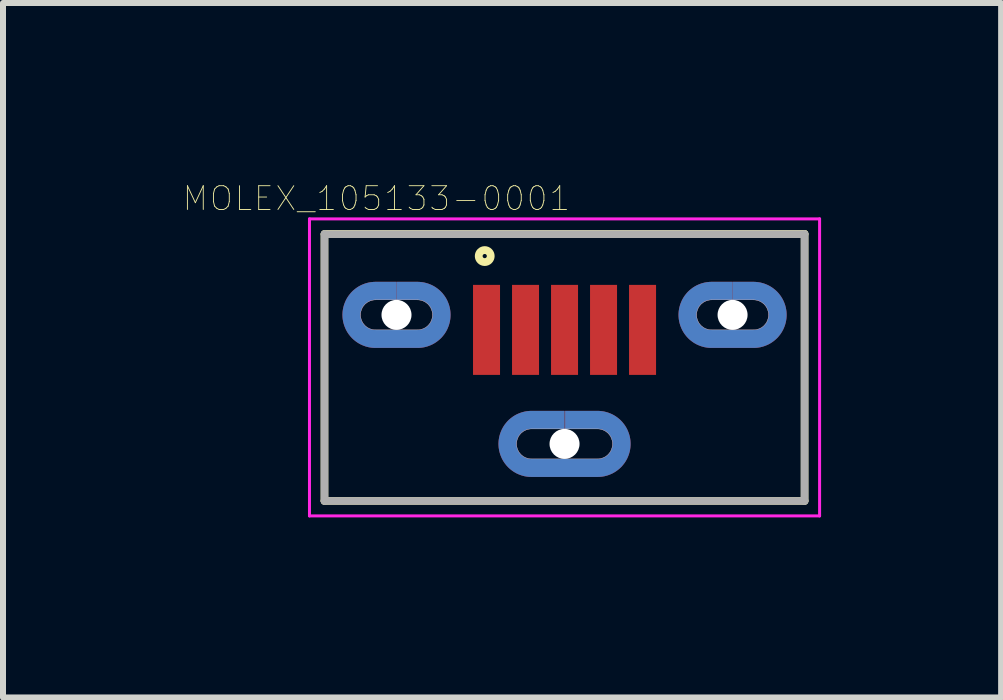
<source format=kicad_pcb>
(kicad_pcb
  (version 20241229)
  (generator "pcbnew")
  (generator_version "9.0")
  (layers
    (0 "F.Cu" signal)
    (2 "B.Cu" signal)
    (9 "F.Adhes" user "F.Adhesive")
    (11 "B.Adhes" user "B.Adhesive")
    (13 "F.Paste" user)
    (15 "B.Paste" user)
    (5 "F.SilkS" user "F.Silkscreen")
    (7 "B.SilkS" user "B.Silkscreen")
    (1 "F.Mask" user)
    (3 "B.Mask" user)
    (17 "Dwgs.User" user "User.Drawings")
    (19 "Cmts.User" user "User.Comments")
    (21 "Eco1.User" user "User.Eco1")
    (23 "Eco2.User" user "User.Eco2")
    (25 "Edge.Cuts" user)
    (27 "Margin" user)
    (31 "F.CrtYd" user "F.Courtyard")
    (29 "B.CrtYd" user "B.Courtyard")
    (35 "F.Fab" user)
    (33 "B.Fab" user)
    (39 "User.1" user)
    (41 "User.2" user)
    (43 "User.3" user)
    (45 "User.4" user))
  (footprint "MOLEX_105133-0001"
    (layer "F.Cu")
    (at 6.357 2.197)
    (property "Reference" "MOLEX_105133-0001" (at -3.135 -1.939 0) (layer "F.SilkS") (effects (font (size 0.396 0.396) (thickness 0.015))))
    (attr through_hole)
    (fp_poly (pts (xy -3.4 0) (xy -3.4 0.013) (xy -3.399 0.026) (xy -3.397 0.039) (xy -3.395 0.052) (xy -3.391 0.065) (xy -3.388 0.077) (xy -3.383 0.09) (xy -3.378 0.102) (xy -3.373 0.113) (xy -3.367 0.125) (xy -3.36 0.136) (xy -3.352 0.147) (xy -3.344 0.157) (xy -3.336 0.167) (xy -3.327 0.177) (xy -3.317 0.186) (xy -3.307 0.194) (xy -3.297 0.202) (xy -3.286 0.21) (xy -3.275 0.217) (xy -3.263 0.223) (xy -3.252 0.228) (xy -3.24 0.233) (xy -3.227 0.238) (xy -3.215 0.241) (xy -3.202 0.245) (xy -3.189 0.247) (xy -3.176 0.249) (xy -3.163 0.25) (xy -3.15 0.25) (xy -2.45 0.25) (xy -2.437 0.25) (xy -2.424 0.249) (xy -2.411 0.247) (xy -2.398 0.245) (xy -2.385 0.241) (xy -2.373 0.238) (xy -2.36 0.233) (xy -2.348 0.228) (xy -2.337 0.223) (xy -2.325 0.217) (xy -2.314 0.21) (xy -2.303 0.202) (xy -2.293 0.194) (xy -2.283 0.186) (xy -2.273 0.177) (xy -2.264 0.167) (xy -2.256 0.157) (xy -2.248 0.147) (xy -2.24 0.136) (xy -2.233 0.125) (xy -2.227 0.113) (xy -2.222 0.102) (xy -2.217 0.09) (xy -2.212 0.077) (xy -2.209 0.065) (xy -2.205 0.052) (xy -2.203 0.039) (xy -2.201 0.026) (xy -2.2 0.013) (xy -2.2 0) (xy -2.2 -0.013) (xy -2.201 -0.026) (xy -2.203 -0.039) (xy -2.205 -0.052) (xy -2.209 -0.065) (xy -2.212 -0.077) (xy -2.217 -0.09) (xy -2.222 -0.102) (xy -2.227 -0.113) (xy -2.233 -0.125) (xy -2.24 -0.136) (xy -2.248 -0.147) (xy -2.256 -0.157) (xy -2.264 -0.167) (xy -2.273 -0.177) (xy -2.283 -0.186) (xy -2.293 -0.194) (xy -2.303 -0.202) (xy -2.314 -0.21) (xy -2.325 -0.217) (xy -2.337 -0.223) (xy -2.348 -0.228) (xy -2.36 -0.233) (xy -2.373 -0.238) (xy -2.385 -0.241) (xy -2.398 -0.245) (xy -2.411 -0.247) (xy -2.424 -0.249) (xy -2.437 -0.25) (xy -2.45 -0.25) (xy -2.8 -0.25) (xy -2.8 -0.55) (xy -2.45 -0.55) (xy -2.421 -0.549) (xy -2.393 -0.547) (xy -2.364 -0.543) (xy -2.336 -0.538) (xy -2.308 -0.531) (xy -2.28 -0.523) (xy -2.253 -0.513) (xy -2.226 -0.502) (xy -2.2 -0.49) (xy -2.175 -0.476) (xy -2.15 -0.461) (xy -2.127 -0.445) (xy -2.104 -0.427) (xy -2.082 -0.409) (xy -2.061 -0.389) (xy -2.041 -0.368) (xy -2.023 -0.346) (xy -2.005 -0.323) (xy -1.989 -0.3) (xy -1.974 -0.275) (xy -1.96 -0.25) (xy -1.948 -0.224) (xy -1.937 -0.197) (xy -1.927 -0.17) (xy -1.919 -0.142) (xy -1.912 -0.114) (xy -1.907 -0.086) (xy -1.903 -0.057) (xy -1.901 -0.029) (xy -1.9 0) (xy -1.901 0.029) (xy -1.903 0.057) (xy -1.907 0.086) (xy -1.912 0.114) (xy -1.919 0.142) (xy -1.927 0.17) (xy -1.937 0.197) (xy -1.948 0.224) (xy -1.96 0.25) (xy -1.974 0.275) (xy -1.989 0.3) (xy -2.005 0.323) (xy -2.023 0.346) (xy -2.041 0.368) (xy -2.061 0.389) (xy -2.082 0.409) (xy -2.104 0.427) (xy -2.127 0.445) (xy -2.15 0.461) (xy -2.175 0.476) (xy -2.2 0.49) (xy -2.226 0.502) (xy -2.253 0.513) (xy -2.28 0.523) (xy -2.308 0.531) (xy -2.336 0.538) (xy -2.364 0.543) (xy -2.393 0.547) (xy -2.421 0.549) (xy -2.45 0.55) (xy -3.15 0.55) (xy -3.179 0.549) (xy -3.207 0.547) (xy -3.236 0.543) (xy -3.264 0.538) (xy -3.292 0.531) (xy -3.32 0.523) (xy -3.347 0.513) (xy -3.374 0.502) (xy -3.4 0.49) (xy -3.425 0.476) (xy -3.45 0.461) (xy -3.473 0.445) (xy -3.496 0.427) (xy -3.518 0.409) (xy -3.539 0.389) (xy -3.559 0.368) (xy -3.577 0.346) (xy -3.595 0.323) (xy -3.611 0.3) (xy -3.626 0.275) (xy -3.64 0.25) (xy -3.652 0.224) (xy -3.663 0.197) (xy -3.673 0.17) (xy -3.681 0.142) (xy -3.688 0.114) (xy -3.693 0.086) (xy -3.697 0.057) (xy -3.699 0.029) (xy -3.7 0) (xy -3.699 -0.029) (xy -3.697 -0.057) (xy -3.693 -0.086) (xy -3.688 -0.114) (xy -3.681 -0.142) (xy -3.673 -0.17) (xy -3.663 -0.197) (xy -3.652 -0.224) (xy -3.64 -0.25) (xy -3.626 -0.275) (xy -3.611 -0.3) (xy -3.595 -0.323) (xy -3.577 -0.346) (xy -3.559 -0.368) (xy -3.539 -0.389) (xy -3.518 -0.409) (xy -3.496 -0.427) (xy -3.473 -0.445) (xy -3.45 -0.461) (xy -3.425 -0.476) (xy -3.4 -0.49) (xy -3.374 -0.502) (xy -3.347 -0.513) (xy -3.32 -0.523) (xy -3.292 -0.531) (xy -3.264 -0.538) (xy -3.236 -0.543) (xy -3.207 -0.547) (xy -3.179 -0.549) (xy -3.15 -0.55) (xy -2.805 -0.55) (xy -2.805 -0.25) (xy -3.15 -0.25) (xy -3.163 -0.25) (xy -3.176 -0.249) (xy -3.189 -0.247) (xy -3.202 -0.245) (xy -3.215 -0.241) (xy -3.227 -0.238) (xy -3.24 -0.233) (xy -3.252 -0.228) (xy -3.263 -0.223) (xy -3.275 -0.217) (xy -3.286 -0.21) (xy -3.297 -0.202) (xy -3.307 -0.194) (xy -3.317 -0.186) (xy -3.327 -0.177) (xy -3.336 -0.167) (xy -3.344 -0.157) (xy -3.352 -0.147) (xy -3.36 -0.136) (xy -3.367 -0.125) (xy -3.373 -0.113) (xy -3.378 -0.102) (xy -3.383 -0.09) (xy -3.388 -0.077) (xy -3.391 -0.065) (xy -3.395 -0.052) (xy -3.397 -0.039) (xy -3.399 -0.026) (xy -3.4 -0.013) (xy -3.4 0)) (stroke (width 0.001) (type solid)) (fill yes) (layer "F.Cu"))
    (fp_poly (pts (xy 0 1.9) (xy 0 1.6) (xy -0.55 1.6) (xy -0.579 1.601) (xy -0.607 1.603) (xy -0.636 1.607) (xy -0.664 1.612) (xy -0.692 1.619) (xy -0.72 1.627) (xy -0.747 1.637) (xy -0.774 1.648) (xy -0.8 1.66) (xy -0.825 1.674) (xy -0.85 1.689) (xy -0.873 1.705) (xy -0.896 1.723) (xy -0.918 1.741) (xy -0.939 1.761) (xy -0.959 1.782) (xy -0.977 1.804) (xy -0.995 1.827) (xy -1.011 1.85) (xy -1.026 1.875) (xy -1.04 1.9) (xy -1.052 1.926) (xy -1.063 1.953) (xy -1.073 1.98) (xy -1.081 2.008) (xy -1.088 2.036) (xy -1.093 2.064) (xy -1.097 2.093) (xy -1.099 2.121) (xy -1.1 2.15) (xy -1.099 2.179) (xy -1.097 2.207) (xy -1.093 2.236) (xy -1.088 2.264) (xy -1.081 2.292) (xy -1.073 2.32) (xy -1.063 2.347) (xy -1.052 2.374) (xy -1.04 2.4) (xy -1.026 2.425) (xy -1.011 2.45) (xy -0.995 2.473) (xy -0.977 2.496) (xy -0.959 2.518) (xy -0.939 2.539) (xy -0.918 2.559) (xy -0.896 2.577) (xy -0.873 2.595) (xy -0.85 2.611) (xy -0.825 2.626) (xy -0.8 2.64) (xy -0.774 2.652) (xy -0.747 2.663) (xy -0.72 2.673) (xy -0.692 2.681) (xy -0.664 2.688) (xy -0.636 2.693) (xy -0.607 2.697) (xy -0.579 2.699) (xy -0.55 2.7) (xy 0.55 2.7) (xy 0.579 2.699) (xy 0.607 2.697) (xy 0.636 2.693) (xy 0.664 2.688) (xy 0.692 2.681) (xy 0.72 2.673) (xy 0.747 2.663) (xy 0.774 2.652) (xy 0.8 2.64) (xy 0.825 2.626) (xy 0.85 2.611) (xy 0.873 2.595) (xy 0.896 2.577) (xy 0.918 2.559) (xy 0.939 2.539) (xy 0.959 2.518) (xy 0.977 2.496) (xy 0.995 2.473) (xy 1.011 2.45) (xy 1.026 2.425) (xy 1.04 2.4) (xy 1.052 2.374) (xy 1.063 2.347) (xy 1.073 2.32) (xy 1.081 2.292) (xy 1.088 2.264) (xy 1.093 2.236) (xy 1.097 2.207) (xy 1.099 2.179) (xy 1.1 2.15) (xy 1.099 2.121) (xy 1.097 2.093) (xy 1.093 2.064) (xy 1.088 2.036) (xy 1.081 2.008) (xy 1.073 1.98) (xy 1.063 1.953) (xy 1.052 1.926) (xy 1.04 1.9) (xy 1.026 1.875) (xy 1.011 1.85) (xy 0.995 1.827) (xy 0.977 1.804) (xy 0.959 1.782) (xy 0.939 1.761) (xy 0.918 1.741) (xy 0.896 1.723) (xy 0.873 1.705) (xy 0.85 1.689) (xy 0.825 1.674) (xy 0.8 1.66) (xy 0.774 1.648) (xy 0.747 1.637) (xy 0.72 1.627) (xy 0.692 1.619) (xy 0.664 1.612) (xy 0.636 1.607) (xy 0.607 1.603) (xy 0.579 1.601) (xy 0.55 1.6) (xy 0.01 1.6) (xy 0.01 1.9) (xy 0.55 1.9) (xy 0.563 1.9) (xy 0.576 1.901) (xy 0.589 1.903) (xy 0.602 1.905) (xy 0.615 1.909) (xy 0.627 1.912) (xy 0.64 1.917) (xy 0.652 1.922) (xy 0.663 1.927) (xy 0.675 1.933) (xy 0.686 1.94) (xy 0.697 1.948) (xy 0.707 1.956) (xy 0.717 1.964) (xy 0.727 1.973) (xy 0.736 1.983) (xy 0.744 1.993) (xy 0.752 2.003) (xy 0.76 2.014) (xy 0.767 2.025) (xy 0.773 2.037) (xy 0.778 2.048) (xy 0.783 2.06) (xy 0.788 2.073) (xy 0.791 2.085) (xy 0.795 2.098) (xy 0.797 2.111) (xy 0.799 2.124) (xy 0.8 2.137) (xy 0.8 2.15) (xy 0.8 2.163) (xy 0.799 2.176) (xy 0.797 2.189) (xy 0.795 2.202) (xy 0.791 2.215) (xy 0.788 2.227) (xy 0.783 2.24) (xy 0.778 2.252) (xy 0.773 2.263) (xy 0.767 2.275) (xy 0.76 2.286) (xy 0.752 2.297) (xy 0.744 2.307) (xy 0.736 2.317) (xy 0.727 2.327) (xy 0.717 2.336) (xy 0.707 2.344) (xy 0.697 2.352) (xy 0.686 2.36) (xy 0.675 2.367) (xy 0.663 2.373) (xy 0.652 2.378) (xy 0.64 2.383) (xy 0.627 2.388) (xy 0.615 2.391) (xy 0.602 2.395) (xy 0.589 2.397) (xy 0.576 2.399) (xy 0.563 2.4) (xy 0.55 2.4) (xy -0.55 2.4) (xy -0.563 2.4) (xy -0.576 2.399) (xy -0.589 2.397) (xy -0.602 2.395) (xy -0.615 2.391) (xy -0.627 2.388) (xy -0.64 2.383) (xy -0.652 2.378) (xy -0.663 2.373) (xy -0.675 2.367) (xy -0.686 2.36) (xy -0.697 2.352) (xy -0.707 2.344) (xy -0.717 2.336) (xy -0.727 2.327) (xy -0.736 2.317) (xy -0.744 2.307) (xy -0.752 2.297) (xy -0.76 2.286) (xy -0.767 2.275) (xy -0.773 2.263) (xy -0.778 2.252) (xy -0.783 2.24) (xy -0.788 2.227) (xy -0.791 2.215) (xy -0.795 2.202) (xy -0.797 2.189) (xy -0.799 2.176) (xy -0.8 2.163) (xy -0.8 2.15) (xy -0.8 2.137) (xy -0.799 2.124) (xy -0.797 2.111) (xy -0.795 2.098) (xy -0.791 2.085) (xy -0.788 2.073) (xy -0.783 2.06) (xy -0.778 2.048) (xy -0.773 2.037) (xy -0.767 2.025) (xy -0.76 2.014) (xy -0.752 2.003) (xy -0.744 1.993) (xy -0.736 1.983) (xy -0.727 1.973) (xy -0.717 1.964) (xy -0.707 1.956) (xy -0.697 1.948) (xy -0.686 1.94) (xy -0.675 1.933) (xy -0.663 1.927) (xy -0.652 1.922) (xy -0.64 1.917) (xy -0.627 1.912) (xy -0.615 1.909) (xy -0.602 1.905) (xy -0.589 1.903) (xy -0.576 1.901) (xy -0.563 1.9) (xy -0.55 1.9) (xy 0 1.9)) (stroke (width 0.001) (type solid)) (fill yes) (layer "F.Cu"))
    (fp_poly (pts (xy 2.2 0) (xy 2.2 0.013) (xy 2.201 0.026) (xy 2.203 0.039) (xy 2.205 0.052) (xy 2.209 0.065) (xy 2.212 0.077) (xy 2.217 0.09) (xy 2.222 0.102) (xy 2.227 0.113) (xy 2.233 0.125) (xy 2.24 0.136) (xy 2.248 0.147) (xy 2.256 0.157) (xy 2.264 0.167) (xy 2.273 0.177) (xy 2.283 0.186) (xy 2.293 0.194) (xy 2.303 0.202) (xy 2.314 0.21) (xy 2.325 0.217) (xy 2.337 0.223) (xy 2.348 0.228) (xy 2.36 0.233) (xy 2.373 0.238) (xy 2.385 0.241) (xy 2.398 0.245) (xy 2.411 0.247) (xy 2.424 0.249) (xy 2.437 0.25) (xy 2.45 0.25) (xy 3.15 0.25) (xy 3.163 0.25) (xy 3.176 0.249) (xy 3.189 0.247) (xy 3.202 0.245) (xy 3.215 0.241) (xy 3.227 0.238) (xy 3.24 0.233) (xy 3.252 0.228) (xy 3.263 0.223) (xy 3.275 0.217) (xy 3.286 0.21) (xy 3.297 0.202) (xy 3.307 0.194) (xy 3.317 0.186) (xy 3.327 0.177) (xy 3.336 0.167) (xy 3.344 0.157) (xy 3.352 0.147) (xy 3.36 0.136) (xy 3.367 0.125) (xy 3.373 0.113) (xy 3.378 0.102) (xy 3.383 0.09) (xy 3.388 0.077) (xy 3.391 0.065) (xy 3.395 0.052) (xy 3.397 0.039) (xy 3.399 0.026) (xy 3.4 0.013) (xy 3.4 0) (xy 3.4 -0.013) (xy 3.399 -0.026) (xy 3.397 -0.039) (xy 3.395 -0.052) (xy 3.391 -0.065) (xy 3.388 -0.077) (xy 3.383 -0.09) (xy 3.378 -0.102) (xy 3.373 -0.113) (xy 3.367 -0.125) (xy 3.36 -0.136) (xy 3.352 -0.147) (xy 3.344 -0.157) (xy 3.336 -0.167) (xy 3.327 -0.177) (xy 3.317 -0.186) (xy 3.307 -0.194) (xy 3.297 -0.202) (xy 3.286 -0.21) (xy 3.275 -0.217) (xy 3.263 -0.223) (xy 3.252 -0.228) (xy 3.24 -0.233) (xy 3.227 -0.238) (xy 3.215 -0.241) (xy 3.202 -0.245) (xy 3.189 -0.247) (xy 3.176 -0.249) (xy 3.163 -0.25) (xy 3.15 -0.25) (xy 2.805 -0.25) (xy 2.805 -0.55) (xy 3.15 -0.55) (xy 3.179 -0.549) (xy 3.207 -0.547) (xy 3.236 -0.543) (xy 3.264 -0.538) (xy 3.292 -0.531) (xy 3.32 -0.523) (xy 3.347 -0.513) (xy 3.374 -0.502) (xy 3.4 -0.49) (xy 3.425 -0.476) (xy 3.45 -0.461) (xy 3.473 -0.445) (xy 3.496 -0.427) (xy 3.518 -0.409) (xy 3.539 -0.389) (xy 3.559 -0.368) (xy 3.577 -0.346) (xy 3.595 -0.323) (xy 3.611 -0.3) (xy 3.626 -0.275) (xy 3.64 -0.25) (xy 3.652 -0.224) (xy 3.663 -0.197) (xy 3.673 -0.17) (xy 3.681 -0.142) (xy 3.688 -0.114) (xy 3.693 -0.086) (xy 3.697 -0.057) (xy 3.699 -0.029) (xy 3.7 0) (xy 3.699 0.029) (xy 3.697 0.057) (xy 3.693 0.086) (xy 3.688 0.114) (xy 3.681 0.142) (xy 3.673 0.17) (xy 3.663 0.197) (xy 3.652 0.224) (xy 3.64 0.25) (xy 3.626 0.275) (xy 3.611 0.3) (xy 3.595 0.323) (xy 3.577 0.346) (xy 3.559 0.368) (xy 3.539 0.389) (xy 3.518 0.409) (xy 3.496 0.427) (xy 3.473 0.445) (xy 3.45 0.461) (xy 3.425 0.476) (xy 3.4 0.49) (xy 3.374 0.502) (xy 3.347 0.513) (xy 3.32 0.523) (xy 3.292 0.531) (xy 3.264 0.538) (xy 3.236 0.543) (xy 3.207 0.547) (xy 3.179 0.549) (xy 3.15 0.55) (xy 2.45 0.55) (xy 2.421 0.549) (xy 2.393 0.547) (xy 2.364 0.543) (xy 2.336 0.538) (xy 2.308 0.531) (xy 2.28 0.523) (xy 2.253 0.513) (xy 2.226 0.502) (xy 2.2 0.49) (xy 2.175 0.476) (xy 2.15 0.461) (xy 2.127 0.445) (xy 2.104 0.427) (xy 2.082 0.409) (xy 2.061 0.389) (xy 2.041 0.368) (xy 2.023 0.346) (xy 2.005 0.323) (xy 1.989 0.3) (xy 1.974 0.275) (xy 1.96 0.25) (xy 1.948 0.224) (xy 1.937 0.197) (xy 1.927 0.17) (xy 1.919 0.142) (xy 1.912 0.114) (xy 1.907 0.086) (xy 1.903 0.057) (xy 1.901 0.029) (xy 1.9 0) (xy 1.901 -0.029) (xy 1.903 -0.057) (xy 1.907 -0.086) (xy 1.912 -0.114) (xy 1.919 -0.142) (xy 1.927 -0.17) (xy 1.937 -0.197) (xy 1.948 -0.224) (xy 1.96 -0.25) (xy 1.974 -0.275) (xy 1.989 -0.3) (xy 2.005 -0.323) (xy 2.023 -0.346) (xy 2.041 -0.368) (xy 2.061 -0.389) (xy 2.082 -0.409) (xy 2.104 -0.427) (xy 2.127 -0.445) (xy 2.15 -0.461) (xy 2.175 -0.476) (xy 2.2 -0.49) (xy 2.226 -0.502) (xy 2.253 -0.513) (xy 2.28 -0.523) (xy 2.308 -0.531) (xy 2.336 -0.538) (xy 2.364 -0.543) (xy 2.393 -0.547) (xy 2.421 -0.549) (xy 2.45 -0.55) (xy 2.8 -0.55) (xy 2.8 -0.25) (xy 2.45 -0.25) (xy 2.437 -0.25) (xy 2.424 -0.249) (xy 2.411 -0.247) (xy 2.398 -0.245) (xy 2.385 -0.241) (xy 2.373 -0.238) (xy 2.36 -0.233) (xy 2.348 -0.228) (xy 2.337 -0.223) (xy 2.325 -0.217) (xy 2.314 -0.21) (xy 2.303 -0.202) (xy 2.293 -0.194) (xy 2.283 -0.186) (xy 2.273 -0.177) (xy 2.264 -0.167) (xy 2.256 -0.157) (xy 2.248 -0.147) (xy 2.24 -0.136) (xy 2.233 -0.125) (xy 2.227 -0.113) (xy 2.222 -0.102) (xy 2.217 -0.09) (xy 2.212 -0.077) (xy 2.209 -0.065) (xy 2.205 -0.052) (xy 2.203 -0.039) (xy 2.201 -0.026) (xy 2.2 -0.013) (xy 2.2 0)) (stroke (width 0.001) (type solid)) (fill yes) (layer "F.Cu"))
    (fp_poly (pts (xy -3.945 -0.75) (xy -1.675 -0.75) (xy -1.675 0.754) (xy -3.945 0.754)) (stroke (width 0.01) (type solid)) (fill yes) (layer "F.Mask"))
    (fp_poly (pts (xy -1.256 1.4) (xy 1.25 1.4) (xy 1.25 2.914) (xy -1.256 2.914)) (stroke (width 0.01) (type solid)) (fill yes) (layer "F.Mask"))
    (fp_poly (pts (xy 1.684 -0.75) (xy 3.925 -0.75) (xy 3.925 0.754) (xy 1.684 0.754)) (stroke (width 0.01) (type solid)) (fill yes) (layer "F.Mask"))
    (fp_poly (pts (xy -3.4 0) (xy -3.4 0.013) (xy -3.399 0.026) (xy -3.397 0.039) (xy -3.395 0.052) (xy -3.391 0.065) (xy -3.388 0.077) (xy -3.383 0.09) (xy -3.378 0.102) (xy -3.373 0.113) (xy -3.367 0.125) (xy -3.36 0.136) (xy -3.352 0.147) (xy -3.344 0.157) (xy -3.336 0.167) (xy -3.327 0.177) (xy -3.317 0.186) (xy -3.307 0.194) (xy -3.297 0.202) (xy -3.286 0.21) (xy -3.275 0.217) (xy -3.263 0.223) (xy -3.252 0.228) (xy -3.24 0.233) (xy -3.227 0.238) (xy -3.215 0.241) (xy -3.202 0.245) (xy -3.189 0.247) (xy -3.176 0.249) (xy -3.163 0.25) (xy -3.15 0.25) (xy -2.45 0.25) (xy -2.437 0.25) (xy -2.424 0.249) (xy -2.411 0.247) (xy -2.398 0.245) (xy -2.385 0.241) (xy -2.373 0.238) (xy -2.36 0.233) (xy -2.348 0.228) (xy -2.337 0.223) (xy -2.325 0.217) (xy -2.314 0.21) (xy -2.303 0.202) (xy -2.293 0.194) (xy -2.283 0.186) (xy -2.273 0.177) (xy -2.264 0.167) (xy -2.256 0.157) (xy -2.248 0.147) (xy -2.24 0.136) (xy -2.233 0.125) (xy -2.227 0.113) (xy -2.222 0.102) (xy -2.217 0.09) (xy -2.212 0.077) (xy -2.209 0.065) (xy -2.205 0.052) (xy -2.203 0.039) (xy -2.201 0.026) (xy -2.2 0.013) (xy -2.2 0) (xy -2.2 -0.013) (xy -2.201 -0.026) (xy -2.203 -0.039) (xy -2.205 -0.052) (xy -2.209 -0.065) (xy -2.212 -0.077) (xy -2.217 -0.09) (xy -2.222 -0.102) (xy -2.227 -0.113) (xy -2.233 -0.125) (xy -2.24 -0.136) (xy -2.248 -0.147) (xy -2.256 -0.157) (xy -2.264 -0.167) (xy -2.273 -0.177) (xy -2.283 -0.186) (xy -2.293 -0.194) (xy -2.303 -0.202) (xy -2.314 -0.21) (xy -2.325 -0.217) (xy -2.337 -0.223) (xy -2.348 -0.228) (xy -2.36 -0.233) (xy -2.373 -0.238) (xy -2.385 -0.241) (xy -2.398 -0.245) (xy -2.411 -0.247) (xy -2.424 -0.249) (xy -2.437 -0.25) (xy -2.45 -0.25) (xy -2.8 -0.25) (xy -2.8 -0.55) (xy -2.45 -0.55) (xy -2.421 -0.549) (xy -2.393 -0.547) (xy -2.364 -0.543) (xy -2.336 -0.538) (xy -2.308 -0.531) (xy -2.28 -0.523) (xy -2.253 -0.513) (xy -2.226 -0.502) (xy -2.2 -0.49) (xy -2.175 -0.476) (xy -2.15 -0.461) (xy -2.127 -0.445) (xy -2.104 -0.427) (xy -2.082 -0.409) (xy -2.061 -0.389) (xy -2.041 -0.368) (xy -2.023 -0.346) (xy -2.005 -0.323) (xy -1.989 -0.3) (xy -1.974 -0.275) (xy -1.96 -0.25) (xy -1.948 -0.224) (xy -1.937 -0.197) (xy -1.927 -0.17) (xy -1.919 -0.142) (xy -1.912 -0.114) (xy -1.907 -0.086) (xy -1.903 -0.057) (xy -1.901 -0.029) (xy -1.9 0) (xy -1.901 0.029) (xy -1.903 0.057) (xy -1.907 0.086) (xy -1.912 0.114) (xy -1.919 0.142) (xy -1.927 0.17) (xy -1.937 0.197) (xy -1.948 0.224) (xy -1.96 0.25) (xy -1.974 0.275) (xy -1.989 0.3) (xy -2.005 0.323) (xy -2.023 0.346) (xy -2.041 0.368) (xy -2.061 0.389) (xy -2.082 0.409) (xy -2.104 0.427) (xy -2.127 0.445) (xy -2.15 0.461) (xy -2.175 0.476) (xy -2.2 0.49) (xy -2.226 0.502) (xy -2.253 0.513) (xy -2.28 0.523) (xy -2.308 0.531) (xy -2.336 0.538) (xy -2.364 0.543) (xy -2.393 0.547) (xy -2.421 0.549) (xy -2.45 0.55) (xy -3.15 0.55) (xy -3.179 0.549) (xy -3.207 0.547) (xy -3.236 0.543) (xy -3.264 0.538) (xy -3.292 0.531) (xy -3.32 0.523) (xy -3.347 0.513) (xy -3.374 0.502) (xy -3.4 0.49) (xy -3.425 0.476) (xy -3.45 0.461) (xy -3.473 0.445) (xy -3.496 0.427) (xy -3.518 0.409) (xy -3.539 0.389) (xy -3.559 0.368) (xy -3.577 0.346) (xy -3.595 0.323) (xy -3.611 0.3) (xy -3.626 0.275) (xy -3.64 0.25) (xy -3.652 0.224) (xy -3.663 0.197) (xy -3.673 0.17) (xy -3.681 0.142) (xy -3.688 0.114) (xy -3.693 0.086) (xy -3.697 0.057) (xy -3.699 0.029) (xy -3.7 0) (xy -3.699 -0.029) (xy -3.697 -0.057) (xy -3.693 -0.086) (xy -3.688 -0.114) (xy -3.681 -0.142) (xy -3.673 -0.17) (xy -3.663 -0.197) (xy -3.652 -0.224) (xy -3.64 -0.25) (xy -3.626 -0.275) (xy -3.611 -0.3) (xy -3.595 -0.323) (xy -3.577 -0.346) (xy -3.559 -0.368) (xy -3.539 -0.389) (xy -3.518 -0.409) (xy -3.496 -0.427) (xy -3.473 -0.445) (xy -3.45 -0.461) (xy -3.425 -0.476) (xy -3.4 -0.49) (xy -3.374 -0.502) (xy -3.347 -0.513) (xy -3.32 -0.523) (xy -3.292 -0.531) (xy -3.264 -0.538) (xy -3.236 -0.543) (xy -3.207 -0.547) (xy -3.179 -0.549) (xy -3.15 -0.55) (xy -2.805 -0.55) (xy -2.805 -0.25) (xy -3.15 -0.25) (xy -3.163 -0.25) (xy -3.176 -0.249) (xy -3.189 -0.247) (xy -3.202 -0.245) (xy -3.215 -0.241) (xy -3.227 -0.238) (xy -3.24 -0.233) (xy -3.252 -0.228) (xy -3.263 -0.223) (xy -3.275 -0.217) (xy -3.286 -0.21) (xy -3.297 -0.202) (xy -3.307 -0.194) (xy -3.317 -0.186) (xy -3.327 -0.177) (xy -3.336 -0.167) (xy -3.344 -0.157) (xy -3.352 -0.147) (xy -3.36 -0.136) (xy -3.367 -0.125) (xy -3.373 -0.113) (xy -3.378 -0.102) (xy -3.383 -0.09) (xy -3.388 -0.077) (xy -3.391 -0.065) (xy -3.395 -0.052) (xy -3.397 -0.039) (xy -3.399 -0.026) (xy -3.4 -0.013) (xy -3.4 0)) (stroke (width 0.001) (type solid)) (fill yes) (layer "B.Cu"))
    (fp_poly (pts (xy 0 1.9) (xy 0 1.6) (xy -0.55 1.6) (xy -0.579 1.601) (xy -0.607 1.603) (xy -0.636 1.607) (xy -0.664 1.612) (xy -0.692 1.619) (xy -0.72 1.627) (xy -0.747 1.637) (xy -0.774 1.648) (xy -0.8 1.66) (xy -0.825 1.674) (xy -0.85 1.689) (xy -0.873 1.705) (xy -0.896 1.723) (xy -0.918 1.741) (xy -0.939 1.761) (xy -0.959 1.782) (xy -0.977 1.804) (xy -0.995 1.827) (xy -1.011 1.85) (xy -1.026 1.875) (xy -1.04 1.9) (xy -1.052 1.926) (xy -1.063 1.953) (xy -1.073 1.98) (xy -1.081 2.008) (xy -1.088 2.036) (xy -1.093 2.064) (xy -1.097 2.093) (xy -1.099 2.121) (xy -1.1 2.15) (xy -1.099 2.179) (xy -1.097 2.207) (xy -1.093 2.236) (xy -1.088 2.264) (xy -1.081 2.292) (xy -1.073 2.32) (xy -1.063 2.347) (xy -1.052 2.374) (xy -1.04 2.4) (xy -1.026 2.425) (xy -1.011 2.45) (xy -0.995 2.473) (xy -0.977 2.496) (xy -0.959 2.518) (xy -0.939 2.539) (xy -0.918 2.559) (xy -0.896 2.577) (xy -0.873 2.595) (xy -0.85 2.611) (xy -0.825 2.626) (xy -0.8 2.64) (xy -0.774 2.652) (xy -0.747 2.663) (xy -0.72 2.673) (xy -0.692 2.681) (xy -0.664 2.688) (xy -0.636 2.693) (xy -0.607 2.697) (xy -0.579 2.699) (xy -0.55 2.7) (xy 0.55 2.7) (xy 0.579 2.699) (xy 0.607 2.697) (xy 0.636 2.693) (xy 0.664 2.688) (xy 0.692 2.681) (xy 0.72 2.673) (xy 0.747 2.663) (xy 0.774 2.652) (xy 0.8 2.64) (xy 0.825 2.626) (xy 0.85 2.611) (xy 0.873 2.595) (xy 0.896 2.577) (xy 0.918 2.559) (xy 0.939 2.539) (xy 0.959 2.518) (xy 0.977 2.496) (xy 0.995 2.473) (xy 1.011 2.45) (xy 1.026 2.425) (xy 1.04 2.4) (xy 1.052 2.374) (xy 1.063 2.347) (xy 1.073 2.32) (xy 1.081 2.292) (xy 1.088 2.264) (xy 1.093 2.236) (xy 1.097 2.207) (xy 1.099 2.179) (xy 1.1 2.15) (xy 1.099 2.121) (xy 1.097 2.093) (xy 1.093 2.064) (xy 1.088 2.036) (xy 1.081 2.008) (xy 1.073 1.98) (xy 1.063 1.953) (xy 1.052 1.926) (xy 1.04 1.9) (xy 1.026 1.875) (xy 1.011 1.85) (xy 0.995 1.827) (xy 0.977 1.804) (xy 0.959 1.782) (xy 0.939 1.761) (xy 0.918 1.741) (xy 0.896 1.723) (xy 0.873 1.705) (xy 0.85 1.689) (xy 0.825 1.674) (xy 0.8 1.66) (xy 0.774 1.648) (xy 0.747 1.637) (xy 0.72 1.627) (xy 0.692 1.619) (xy 0.664 1.612) (xy 0.636 1.607) (xy 0.607 1.603) (xy 0.579 1.601) (xy 0.55 1.6) (xy 0.01 1.6) (xy 0.01 1.9) (xy 0.55 1.9) (xy 0.563 1.9) (xy 0.576 1.901) (xy 0.589 1.903) (xy 0.602 1.905) (xy 0.615 1.909) (xy 0.627 1.912) (xy 0.64 1.917) (xy 0.652 1.922) (xy 0.663 1.927) (xy 0.675 1.933) (xy 0.686 1.94) (xy 0.697 1.948) (xy 0.707 1.956) (xy 0.717 1.964) (xy 0.727 1.973) (xy 0.736 1.983) (xy 0.744 1.993) (xy 0.752 2.003) (xy 0.76 2.014) (xy 0.767 2.025) (xy 0.773 2.037) (xy 0.778 2.048) (xy 0.783 2.06) (xy 0.788 2.073) (xy 0.791 2.085) (xy 0.795 2.098) (xy 0.797 2.111) (xy 0.799 2.124) (xy 0.8 2.137) (xy 0.8 2.15) (xy 0.8 2.163) (xy 0.799 2.176) (xy 0.797 2.189) (xy 0.795 2.202) (xy 0.791 2.215) (xy 0.788 2.227) (xy 0.783 2.24) (xy 0.778 2.252) (xy 0.773 2.263) (xy 0.767 2.275) (xy 0.76 2.286) (xy 0.752 2.297) (xy 0.744 2.307) (xy 0.736 2.317) (xy 0.727 2.327) (xy 0.717 2.336) (xy 0.707 2.344) (xy 0.697 2.352) (xy 0.686 2.36) (xy 0.675 2.367) (xy 0.663 2.373) (xy 0.652 2.378) (xy 0.64 2.383) (xy 0.627 2.388) (xy 0.615 2.391) (xy 0.602 2.395) (xy 0.589 2.397) (xy 0.576 2.399) (xy 0.563 2.4) (xy 0.55 2.4) (xy -0.55 2.4) (xy -0.563 2.4) (xy -0.576 2.399) (xy -0.589 2.397) (xy -0.602 2.395) (xy -0.615 2.391) (xy -0.627 2.388) (xy -0.64 2.383) (xy -0.652 2.378) (xy -0.663 2.373) (xy -0.675 2.367) (xy -0.686 2.36) (xy -0.697 2.352) (xy -0.707 2.344) (xy -0.717 2.336) (xy -0.727 2.327) (xy -0.736 2.317) (xy -0.744 2.307) (xy -0.752 2.297) (xy -0.76 2.286) (xy -0.767 2.275) (xy -0.773 2.263) (xy -0.778 2.252) (xy -0.783 2.24) (xy -0.788 2.227) (xy -0.791 2.215) (xy -0.795 2.202) (xy -0.797 2.189) (xy -0.799 2.176) (xy -0.8 2.163) (xy -0.8 2.15) (xy -0.8 2.137) (xy -0.799 2.124) (xy -0.797 2.111) (xy -0.795 2.098) (xy -0.791 2.085) (xy -0.788 2.073) (xy -0.783 2.06) (xy -0.778 2.048) (xy -0.773 2.037) (xy -0.767 2.025) (xy -0.76 2.014) (xy -0.752 2.003) (xy -0.744 1.993) (xy -0.736 1.983) (xy -0.727 1.973) (xy -0.717 1.964) (xy -0.707 1.956) (xy -0.697 1.948) (xy -0.686 1.94) (xy -0.675 1.933) (xy -0.663 1.927) (xy -0.652 1.922) (xy -0.64 1.917) (xy -0.627 1.912) (xy -0.615 1.909) (xy -0.602 1.905) (xy -0.589 1.903) (xy -0.576 1.901) (xy -0.563 1.9) (xy -0.55 1.9) (xy 0 1.9)) (stroke (width 0.001) (type solid)) (fill yes) (layer "B.Cu"))
    (fp_poly (pts (xy 2.2 0) (xy 2.2 0.013) (xy 2.201 0.026) (xy 2.203 0.039) (xy 2.205 0.052) (xy 2.209 0.065) (xy 2.212 0.077) (xy 2.217 0.09) (xy 2.222 0.102) (xy 2.227 0.113) (xy 2.233 0.125) (xy 2.24 0.136) (xy 2.248 0.147) (xy 2.256 0.157) (xy 2.264 0.167) (xy 2.273 0.177) (xy 2.283 0.186) (xy 2.293 0.194) (xy 2.303 0.202) (xy 2.314 0.21) (xy 2.325 0.217) (xy 2.337 0.223) (xy 2.348 0.228) (xy 2.36 0.233) (xy 2.373 0.238) (xy 2.385 0.241) (xy 2.398 0.245) (xy 2.411 0.247) (xy 2.424 0.249) (xy 2.437 0.25) (xy 2.45 0.25) (xy 3.15 0.25) (xy 3.163 0.25) (xy 3.176 0.249) (xy 3.189 0.247) (xy 3.202 0.245) (xy 3.215 0.241) (xy 3.227 0.238) (xy 3.24 0.233) (xy 3.252 0.228) (xy 3.263 0.223) (xy 3.275 0.217) (xy 3.286 0.21) (xy 3.297 0.202) (xy 3.307 0.194) (xy 3.317 0.186) (xy 3.327 0.177) (xy 3.336 0.167) (xy 3.344 0.157) (xy 3.352 0.147) (xy 3.36 0.136) (xy 3.367 0.125) (xy 3.373 0.113) (xy 3.378 0.102) (xy 3.383 0.09) (xy 3.388 0.077) (xy 3.391 0.065) (xy 3.395 0.052) (xy 3.397 0.039) (xy 3.399 0.026) (xy 3.4 0.013) (xy 3.4 0) (xy 3.4 -0.013) (xy 3.399 -0.026) (xy 3.397 -0.039) (xy 3.395 -0.052) (xy 3.391 -0.065) (xy 3.388 -0.077) (xy 3.383 -0.09) (xy 3.378 -0.102) (xy 3.373 -0.113) (xy 3.367 -0.125) (xy 3.36 -0.136) (xy 3.352 -0.147) (xy 3.344 -0.157) (xy 3.336 -0.167) (xy 3.327 -0.177) (xy 3.317 -0.186) (xy 3.307 -0.194) (xy 3.297 -0.202) (xy 3.286 -0.21) (xy 3.275 -0.217) (xy 3.263 -0.223) (xy 3.252 -0.228) (xy 3.24 -0.233) (xy 3.227 -0.238) (xy 3.215 -0.241) (xy 3.202 -0.245) (xy 3.189 -0.247) (xy 3.176 -0.249) (xy 3.163 -0.25) (xy 3.15 -0.25) (xy 2.805 -0.25) (xy 2.805 -0.55) (xy 3.15 -0.55) (xy 3.179 -0.549) (xy 3.207 -0.547) (xy 3.236 -0.543) (xy 3.264 -0.538) (xy 3.292 -0.531) (xy 3.32 -0.523) (xy 3.347 -0.513) (xy 3.374 -0.502) (xy 3.4 -0.49) (xy 3.425 -0.476) (xy 3.45 -0.461) (xy 3.473 -0.445) (xy 3.496 -0.427) (xy 3.518 -0.409) (xy 3.539 -0.389) (xy 3.559 -0.368) (xy 3.577 -0.346) (xy 3.595 -0.323) (xy 3.611 -0.3) (xy 3.626 -0.275) (xy 3.64 -0.25) (xy 3.652 -0.224) (xy 3.663 -0.197) (xy 3.673 -0.17) (xy 3.681 -0.142) (xy 3.688 -0.114) (xy 3.693 -0.086) (xy 3.697 -0.057) (xy 3.699 -0.029) (xy 3.7 0) (xy 3.699 0.029) (xy 3.697 0.057) (xy 3.693 0.086) (xy 3.688 0.114) (xy 3.681 0.142) (xy 3.673 0.17) (xy 3.663 0.197) (xy 3.652 0.224) (xy 3.64 0.25) (xy 3.626 0.275) (xy 3.611 0.3) (xy 3.595 0.323) (xy 3.577 0.346) (xy 3.559 0.368) (xy 3.539 0.389) (xy 3.518 0.409) (xy 3.496 0.427) (xy 3.473 0.445) (xy 3.45 0.461) (xy 3.425 0.476) (xy 3.4 0.49) (xy 3.374 0.502) (xy 3.347 0.513) (xy 3.32 0.523) (xy 3.292 0.531) (xy 3.264 0.538) (xy 3.236 0.543) (xy 3.207 0.547) (xy 3.179 0.549) (xy 3.15 0.55) (xy 2.45 0.55) (xy 2.421 0.549) (xy 2.393 0.547) (xy 2.364 0.543) (xy 2.336 0.538) (xy 2.308 0.531) (xy 2.28 0.523) (xy 2.253 0.513) (xy 2.226 0.502) (xy 2.2 0.49) (xy 2.175 0.476) (xy 2.15 0.461) (xy 2.127 0.445) (xy 2.104 0.427) (xy 2.082 0.409) (xy 2.061 0.389) (xy 2.041 0.368) (xy 2.023 0.346) (xy 2.005 0.323) (xy 1.989 0.3) (xy 1.974 0.275) (xy 1.96 0.25) (xy 1.948 0.224) (xy 1.937 0.197) (xy 1.927 0.17) (xy 1.919 0.142) (xy 1.912 0.114) (xy 1.907 0.086) (xy 1.903 0.057) (xy 1.901 0.029) (xy 1.9 0) (xy 1.901 -0.029) (xy 1.903 -0.057) (xy 1.907 -0.086) (xy 1.912 -0.114) (xy 1.919 -0.142) (xy 1.927 -0.17) (xy 1.937 -0.197) (xy 1.948 -0.224) (xy 1.96 -0.25) (xy 1.974 -0.275) (xy 1.989 -0.3) (xy 2.005 -0.323) (xy 2.023 -0.346) (xy 2.041 -0.368) (xy 2.061 -0.389) (xy 2.082 -0.409) (xy 2.104 -0.427) (xy 2.127 -0.445) (xy 2.15 -0.461) (xy 2.175 -0.476) (xy 2.2 -0.49) (xy 2.226 -0.502) (xy 2.253 -0.513) (xy 2.28 -0.523) (xy 2.308 -0.531) (xy 2.336 -0.538) (xy 2.364 -0.543) (xy 2.393 -0.547) (xy 2.421 -0.549) (xy 2.45 -0.55) (xy 2.8 -0.55) (xy 2.8 -0.25) (xy 2.45 -0.25) (xy 2.437 -0.25) (xy 2.424 -0.249) (xy 2.411 -0.247) (xy 2.398 -0.245) (xy 2.385 -0.241) (xy 2.373 -0.238) (xy 2.36 -0.233) (xy 2.348 -0.228) (xy 2.337 -0.223) (xy 2.325 -0.217) (xy 2.314 -0.21) (xy 2.303 -0.202) (xy 2.293 -0.194) (xy 2.283 -0.186) (xy 2.273 -0.177) (xy 2.264 -0.167) (xy 2.256 -0.157) (xy 2.248 -0.147) (xy 2.24 -0.136) (xy 2.233 -0.125) (xy 2.227 -0.113) (xy 2.222 -0.102) (xy 2.217 -0.09) (xy 2.212 -0.077) (xy 2.209 -0.065) (xy 2.205 -0.052) (xy 2.203 -0.039) (xy 2.201 -0.026) (xy 2.2 -0.013) (xy 2.2 0)) (stroke (width 0.001) (type solid)) (fill yes) (layer "B.Cu"))
    (fp_poly (pts (xy -3.946 -0.75) (xy -1.675 -0.75) (xy -1.675 0.754) (xy -3.946 0.754)) (stroke (width 0.01) (type solid)) (fill yes) (layer "B.Mask"))
    (fp_poly (pts (xy -1.255 1.4) (xy 1.25 1.4) (xy 1.25 2.912) (xy -1.255 2.912)) (stroke (width 0.01) (type solid)) (fill yes) (layer "B.Mask"))
    (fp_poly (pts (xy 1.687 -0.75) (xy 3.925 -0.75) (xy 3.925 0.755) (xy 1.687 0.755)) (stroke (width 0.01) (type solid)) (fill yes) (layer "B.Mask"))
    (fp_line (start -4 -1.34) (end -4 3.1) (stroke (width 0.127) (type solid)) (layer "F.SilkS"))
    (fp_line (start -4 3.1) (end 4 3.1) (stroke (width 0.127) (type solid)) (layer "F.SilkS"))
    (fp_line (start 4 -1.35) (end -4 -1.35) (stroke (width 0.127) (type solid)) (layer "F.SilkS"))
    (fp_line (start 4 3.1) (end 4 -1.35) (stroke (width 0.127) (type solid)) (layer "F.SilkS"))
    (fp_circle (center -1.33 -0.98) (end -1.23 -0.98) (stroke (width 0.13) (type solid)) (fill no) (layer "F.SilkS"))
    (fp_poly (pts (xy -3.4 0) (xy -3.4 0.013) (xy -3.399 0.026) (xy -3.397 0.039) (xy -3.395 0.052) (xy -3.391 0.065) (xy -3.388 0.077) (xy -3.383 0.09) (xy -3.378 0.102) (xy -3.373 0.113) (xy -3.367 0.125) (xy -3.36 0.136) (xy -3.352 0.147) (xy -3.344 0.157) (xy -3.336 0.167) (xy -3.327 0.177) (xy -3.317 0.186) (xy -3.307 0.194) (xy -3.297 0.202) (xy -3.286 0.21) (xy -3.275 0.217) (xy -3.263 0.223) (xy -3.252 0.228) (xy -3.24 0.233) (xy -3.227 0.238) (xy -3.215 0.241) (xy -3.202 0.245) (xy -3.189 0.247) (xy -3.176 0.249) (xy -3.163 0.25) (xy -3.15 0.25) (xy -2.45 0.25) (xy -2.437 0.25) (xy -2.424 0.249) (xy -2.411 0.247) (xy -2.398 0.245) (xy -2.385 0.241) (xy -2.373 0.238) (xy -2.36 0.233) (xy -2.348 0.228) (xy -2.337 0.223) (xy -2.325 0.217) (xy -2.314 0.21) (xy -2.303 0.202) (xy -2.293 0.194) (xy -2.283 0.186) (xy -2.273 0.177) (xy -2.264 0.167) (xy -2.256 0.157) (xy -2.248 0.147) (xy -2.24 0.136) (xy -2.233 0.125) (xy -2.227 0.113) (xy -2.222 0.102) (xy -2.217 0.09) (xy -2.212 0.077) (xy -2.209 0.065) (xy -2.205 0.052) (xy -2.203 0.039) (xy -2.201 0.026) (xy -2.2 0.013) (xy -2.2 0) (xy -2.2 -0.013) (xy -2.201 -0.026) (xy -2.203 -0.039) (xy -2.205 -0.052) (xy -2.209 -0.065) (xy -2.212 -0.077) (xy -2.217 -0.09) (xy -2.222 -0.102) (xy -2.227 -0.113) (xy -2.233 -0.125) (xy -2.24 -0.136) (xy -2.248 -0.147) (xy -2.256 -0.157) (xy -2.264 -0.167) (xy -2.273 -0.177) (xy -2.283 -0.186) (xy -2.293 -0.194) (xy -2.303 -0.202) (xy -2.314 -0.21) (xy -2.325 -0.217) (xy -2.337 -0.223) (xy -2.348 -0.228) (xy -2.36 -0.233) (xy -2.373 -0.238) (xy -2.385 -0.241) (xy -2.398 -0.245) (xy -2.411 -0.247) (xy -2.424 -0.249) (xy -2.437 -0.25) (xy -2.45 -0.25) (xy -2.8 -0.25) (xy -2.8 -0.55) (xy -2.45 -0.55) (xy -2.421 -0.549) (xy -2.393 -0.547) (xy -2.364 -0.543) (xy -2.336 -0.538) (xy -2.308 -0.531) (xy -2.28 -0.523) (xy -2.253 -0.513) (xy -2.226 -0.502) (xy -2.2 -0.49) (xy -2.175 -0.476) (xy -2.15 -0.461) (xy -2.127 -0.445) (xy -2.104 -0.427) (xy -2.082 -0.409) (xy -2.061 -0.389) (xy -2.041 -0.368) (xy -2.023 -0.346) (xy -2.005 -0.323) (xy -1.989 -0.3) (xy -1.974 -0.275) (xy -1.96 -0.25) (xy -1.948 -0.224) (xy -1.937 -0.197) (xy -1.927 -0.17) (xy -1.919 -0.142) (xy -1.912 -0.114) (xy -1.907 -0.086) (xy -1.903 -0.057) (xy -1.901 -0.029) (xy -1.9 0) (xy -1.901 0.029) (xy -1.903 0.057) (xy -1.907 0.086) (xy -1.912 0.114) (xy -1.919 0.142) (xy -1.927 0.17) (xy -1.937 0.197) (xy -1.948 0.224) (xy -1.96 0.25) (xy -1.974 0.275) (xy -1.989 0.3) (xy -2.005 0.323) (xy -2.023 0.346) (xy -2.041 0.368) (xy -2.061 0.389) (xy -2.082 0.409) (xy -2.104 0.427) (xy -2.127 0.445) (xy -2.15 0.461) (xy -2.175 0.476) (xy -2.2 0.49) (xy -2.226 0.502) (xy -2.253 0.513) (xy -2.28 0.523) (xy -2.308 0.531) (xy -2.336 0.538) (xy -2.364 0.543) (xy -2.393 0.547) (xy -2.421 0.549) (xy -2.45 0.55) (xy -3.15 0.55) (xy -3.179 0.549) (xy -3.207 0.547) (xy -3.236 0.543) (xy -3.264 0.538) (xy -3.292 0.531) (xy -3.32 0.523) (xy -3.347 0.513) (xy -3.374 0.502) (xy -3.4 0.49) (xy -3.425 0.476) (xy -3.45 0.461) (xy -3.473 0.445) (xy -3.496 0.427) (xy -3.518 0.409) (xy -3.539 0.389) (xy -3.559 0.368) (xy -3.577 0.346) (xy -3.595 0.323) (xy -3.611 0.3) (xy -3.626 0.275) (xy -3.64 0.25) (xy -3.652 0.224) (xy -3.663 0.197) (xy -3.673 0.17) (xy -3.681 0.142) (xy -3.688 0.114) (xy -3.693 0.086) (xy -3.697 0.057) (xy -3.699 0.029) (xy -3.7 0) (xy -3.699 -0.029) (xy -3.697 -0.057) (xy -3.693 -0.086) (xy -3.688 -0.114) (xy -3.681 -0.142) (xy -3.673 -0.17) (xy -3.663 -0.197) (xy -3.652 -0.224) (xy -3.64 -0.25) (xy -3.626 -0.275) (xy -3.611 -0.3) (xy -3.595 -0.323) (xy -3.577 -0.346) (xy -3.559 -0.368) (xy -3.539 -0.389) (xy -3.518 -0.409) (xy -3.496 -0.427) (xy -3.473 -0.445) (xy -3.45 -0.461) (xy -3.425 -0.476) (xy -3.4 -0.49) (xy -3.374 -0.502) (xy -3.347 -0.513) (xy -3.32 -0.523) (xy -3.292 -0.531) (xy -3.264 -0.538) (xy -3.236 -0.543) (xy -3.207 -0.547) (xy -3.179 -0.549) (xy -3.15 -0.55) (xy -2.8 -0.55) (xy -2.8 -0.25) (xy -3.15 -0.25) (xy -3.163 -0.25) (xy -3.176 -0.249) (xy -3.189 -0.247) (xy -3.202 -0.245) (xy -3.215 -0.241) (xy -3.227 -0.238) (xy -3.24 -0.233) (xy -3.252 -0.228) (xy -3.263 -0.223) (xy -3.275 -0.217) (xy -3.286 -0.21) (xy -3.297 -0.202) (xy -3.307 -0.194) (xy -3.317 -0.186) (xy -3.327 -0.177) (xy -3.336 -0.167) (xy -3.344 -0.157) (xy -3.352 -0.147) (xy -3.36 -0.136) (xy -3.367 -0.125) (xy -3.373 -0.113) (xy -3.378 -0.102) (xy -3.383 -0.09) (xy -3.388 -0.077) (xy -3.391 -0.065) (xy -3.395 -0.052) (xy -3.397 -0.039) (xy -3.399 -0.026) (xy -3.4 -0.013) (xy -3.4 0)) (stroke (width 0.005) (type solid)) (fill yes) (layer "F.Paste"))
    (fp_poly (pts (xy 0 1.9) (xy 0 1.6) (xy -0.55 1.6) (xy -0.579 1.601) (xy -0.607 1.603) (xy -0.636 1.607) (xy -0.664 1.612) (xy -0.692 1.619) (xy -0.72 1.627) (xy -0.747 1.637) (xy -0.774 1.648) (xy -0.8 1.66) (xy -0.825 1.674) (xy -0.85 1.689) (xy -0.873 1.705) (xy -0.896 1.723) (xy -0.918 1.741) (xy -0.939 1.761) (xy -0.959 1.782) (xy -0.977 1.804) (xy -0.995 1.827) (xy -1.011 1.85) (xy -1.026 1.875) (xy -1.04 1.9) (xy -1.052 1.926) (xy -1.063 1.953) (xy -1.073 1.98) (xy -1.081 2.008) (xy -1.088 2.036) (xy -1.093 2.064) (xy -1.097 2.093) (xy -1.099 2.121) (xy -1.1 2.15) (xy -1.099 2.179) (xy -1.097 2.207) (xy -1.093 2.236) (xy -1.088 2.264) (xy -1.081 2.292) (xy -1.073 2.32) (xy -1.063 2.347) (xy -1.052 2.374) (xy -1.04 2.4) (xy -1.026 2.425) (xy -1.011 2.45) (xy -0.995 2.473) (xy -0.977 2.496) (xy -0.959 2.518) (xy -0.939 2.539) (xy -0.918 2.559) (xy -0.896 2.577) (xy -0.873 2.595) (xy -0.85 2.611) (xy -0.825 2.626) (xy -0.8 2.64) (xy -0.774 2.652) (xy -0.747 2.663) (xy -0.72 2.673) (xy -0.692 2.681) (xy -0.664 2.688) (xy -0.636 2.693) (xy -0.607 2.697) (xy -0.579 2.699) (xy -0.55 2.7) (xy 0.55 2.7) (xy 0.579 2.699) (xy 0.607 2.697) (xy 0.636 2.693) (xy 0.664 2.688) (xy 0.692 2.681) (xy 0.72 2.673) (xy 0.747 2.663) (xy 0.774 2.652) (xy 0.8 2.64) (xy 0.825 2.626) (xy 0.85 2.611) (xy 0.873 2.595) (xy 0.896 2.577) (xy 0.918 2.559) (xy 0.939 2.539) (xy 0.959 2.518) (xy 0.977 2.496) (xy 0.995 2.473) (xy 1.011 2.45) (xy 1.026 2.425) (xy 1.04 2.4) (xy 1.052 2.374) (xy 1.063 2.347) (xy 1.073 2.32) (xy 1.081 2.292) (xy 1.088 2.264) (xy 1.093 2.236) (xy 1.097 2.207) (xy 1.099 2.179) (xy 1.1 2.15) (xy 1.099 2.121) (xy 1.097 2.093) (xy 1.093 2.064) (xy 1.088 2.036) (xy 1.081 2.008) (xy 1.073 1.98) (xy 1.063 1.953) (xy 1.052 1.926) (xy 1.04 1.9) (xy 1.026 1.875) (xy 1.011 1.85) (xy 0.995 1.827) (xy 0.977 1.804) (xy 0.959 1.782) (xy 0.939 1.761) (xy 0.918 1.741) (xy 0.896 1.723) (xy 0.873 1.705) (xy 0.85 1.689) (xy 0.825 1.674) (xy 0.8 1.66) (xy 0.774 1.648) (xy 0.747 1.637) (xy 0.72 1.627) (xy 0.692 1.619) (xy 0.664 1.612) (xy 0.636 1.607) (xy 0.607 1.603) (xy 0.579 1.601) (xy 0.55 1.6) (xy 0 1.6) (xy 0 1.9) (xy 0.55 1.9) (xy 0.563 1.9) (xy 0.576 1.901) (xy 0.589 1.903) (xy 0.602 1.905) (xy 0.615 1.909) (xy 0.627 1.912) (xy 0.64 1.917) (xy 0.652 1.922) (xy 0.663 1.927) (xy 0.675 1.933) (xy 0.686 1.94) (xy 0.697 1.948) (xy 0.707 1.956) (xy 0.717 1.964) (xy 0.727 1.973) (xy 0.736 1.983) (xy 0.744 1.993) (xy 0.752 2.003) (xy 0.76 2.014) (xy 0.767 2.025) (xy 0.773 2.037) (xy 0.778 2.048) (xy 0.783 2.06) (xy 0.788 2.073) (xy 0.791 2.085) (xy 0.795 2.098) (xy 0.797 2.111) (xy 0.799 2.124) (xy 0.8 2.137) (xy 0.8 2.15) (xy 0.8 2.163) (xy 0.799 2.176) (xy 0.797 2.189) (xy 0.795 2.202) (xy 0.791 2.215) (xy 0.788 2.227) (xy 0.783 2.24) (xy 0.778 2.252) (xy 0.773 2.263) (xy 0.767 2.275) (xy 0.76 2.286) (xy 0.752 2.297) (xy 0.744 2.307) (xy 0.736 2.317) (xy 0.727 2.327) (xy 0.717 2.336) (xy 0.707 2.344) (xy 0.697 2.352) (xy 0.686 2.36) (xy 0.675 2.367) (xy 0.663 2.373) (xy 0.652 2.378) (xy 0.64 2.383) (xy 0.627 2.388) (xy 0.615 2.391) (xy 0.602 2.395) (xy 0.589 2.397) (xy 0.576 2.399) (xy 0.563 2.4) (xy 0.55 2.4) (xy -0.55 2.4) (xy -0.563 2.4) (xy -0.576 2.399) (xy -0.589 2.397) (xy -0.602 2.395) (xy -0.615 2.391) (xy -0.627 2.388) (xy -0.64 2.383) (xy -0.652 2.378) (xy -0.663 2.373) (xy -0.675 2.367) (xy -0.686 2.36) (xy -0.697 2.352) (xy -0.707 2.344) (xy -0.717 2.336) (xy -0.727 2.327) (xy -0.736 2.317) (xy -0.744 2.307) (xy -0.752 2.297) (xy -0.76 2.286) (xy -0.767 2.275) (xy -0.773 2.263) (xy -0.778 2.252) (xy -0.783 2.24) (xy -0.788 2.227) (xy -0.791 2.215) (xy -0.795 2.202) (xy -0.797 2.189) (xy -0.799 2.176) (xy -0.8 2.163) (xy -0.8 2.15) (xy -0.8 2.137) (xy -0.799 2.124) (xy -0.797 2.111) (xy -0.795 2.098) (xy -0.791 2.085) (xy -0.788 2.073) (xy -0.783 2.06) (xy -0.778 2.048) (xy -0.773 2.037) (xy -0.767 2.025) (xy -0.76 2.014) (xy -0.752 2.003) (xy -0.744 1.993) (xy -0.736 1.983) (xy -0.727 1.973) (xy -0.717 1.964) (xy -0.707 1.956) (xy -0.697 1.948) (xy -0.686 1.94) (xy -0.675 1.933) (xy -0.663 1.927) (xy -0.652 1.922) (xy -0.64 1.917) (xy -0.627 1.912) (xy -0.615 1.909) (xy -0.602 1.905) (xy -0.589 1.903) (xy -0.576 1.901) (xy -0.563 1.9) (xy -0.55 1.9) (xy 0 1.9)) (stroke (width 0.005) (type solid)) (fill yes) (layer "F.Paste"))
    (fp_poly (pts (xy 2.2 0) (xy 2.2 0.013) (xy 2.201 0.026) (xy 2.203 0.039) (xy 2.205 0.052) (xy 2.209 0.065) (xy 2.212 0.077) (xy 2.217 0.09) (xy 2.222 0.102) (xy 2.227 0.113) (xy 2.233 0.125) (xy 2.24 0.136) (xy 2.248 0.147) (xy 2.256 0.157) (xy 2.264 0.167) (xy 2.273 0.177) (xy 2.283 0.186) (xy 2.293 0.194) (xy 2.303 0.202) (xy 2.314 0.21) (xy 2.325 0.217) (xy 2.337 0.223) (xy 2.348 0.228) (xy 2.36 0.233) (xy 2.373 0.238) (xy 2.385 0.241) (xy 2.398 0.245) (xy 2.411 0.247) (xy 2.424 0.249) (xy 2.437 0.25) (xy 2.45 0.25) (xy 3.15 0.25) (xy 3.163 0.25) (xy 3.176 0.249) (xy 3.189 0.247) (xy 3.202 0.245) (xy 3.215 0.241) (xy 3.227 0.238) (xy 3.24 0.233) (xy 3.252 0.228) (xy 3.263 0.223) (xy 3.275 0.217) (xy 3.286 0.21) (xy 3.297 0.202) (xy 3.307 0.194) (xy 3.317 0.186) (xy 3.327 0.177) (xy 3.336 0.167) (xy 3.344 0.157) (xy 3.352 0.147) (xy 3.36 0.136) (xy 3.367 0.125) (xy 3.373 0.113) (xy 3.378 0.102) (xy 3.383 0.09) (xy 3.388 0.077) (xy 3.391 0.065) (xy 3.395 0.052) (xy 3.397 0.039) (xy 3.399 0.026) (xy 3.4 0.013) (xy 3.4 0) (xy 3.4 -0.013) (xy 3.399 -0.026) (xy 3.397 -0.039) (xy 3.395 -0.052) (xy 3.391 -0.065) (xy 3.388 -0.077) (xy 3.383 -0.09) (xy 3.378 -0.102) (xy 3.373 -0.113) (xy 3.367 -0.125) (xy 3.36 -0.136) (xy 3.352 -0.147) (xy 3.344 -0.157) (xy 3.336 -0.167) (xy 3.327 -0.177) (xy 3.317 -0.186) (xy 3.307 -0.194) (xy 3.297 -0.202) (xy 3.286 -0.21) (xy 3.275 -0.217) (xy 3.263 -0.223) (xy 3.252 -0.228) (xy 3.24 -0.233) (xy 3.227 -0.238) (xy 3.215 -0.241) (xy 3.202 -0.245) (xy 3.189 -0.247) (xy 3.176 -0.249) (xy 3.163 -0.25) (xy 3.15 -0.25) (xy 2.8 -0.25) (xy 2.8 -0.55) (xy 3.15 -0.55) (xy 3.179 -0.549) (xy 3.207 -0.547) (xy 3.236 -0.543) (xy 3.264 -0.538) (xy 3.292 -0.531) (xy 3.32 -0.523) (xy 3.347 -0.513) (xy 3.374 -0.502) (xy 3.4 -0.49) (xy 3.425 -0.476) (xy 3.45 -0.461) (xy 3.473 -0.445) (xy 3.496 -0.427) (xy 3.518 -0.409) (xy 3.539 -0.389) (xy 3.559 -0.368) (xy 3.577 -0.346) (xy 3.595 -0.323) (xy 3.611 -0.3) (xy 3.626 -0.275) (xy 3.64 -0.25) (xy 3.652 -0.224) (xy 3.663 -0.197) (xy 3.673 -0.17) (xy 3.681 -0.142) (xy 3.688 -0.114) (xy 3.693 -0.086) (xy 3.697 -0.057) (xy 3.699 -0.029) (xy 3.7 0) (xy 3.699 0.029) (xy 3.697 0.057) (xy 3.693 0.086) (xy 3.688 0.114) (xy 3.681 0.142) (xy 3.673 0.17) (xy 3.663 0.197) (xy 3.652 0.224) (xy 3.64 0.25) (xy 3.626 0.275) (xy 3.611 0.3) (xy 3.595 0.323) (xy 3.577 0.346) (xy 3.559 0.368) (xy 3.539 0.389) (xy 3.518 0.409) (xy 3.496 0.427) (xy 3.473 0.445) (xy 3.45 0.461) (xy 3.425 0.476) (xy 3.4 0.49) (xy 3.374 0.502) (xy 3.347 0.513) (xy 3.32 0.523) (xy 3.292 0.531) (xy 3.264 0.538) (xy 3.236 0.543) (xy 3.207 0.547) (xy 3.179 0.549) (xy 3.15 0.55) (xy 2.45 0.55) (xy 2.421 0.549) (xy 2.393 0.547) (xy 2.364 0.543) (xy 2.336 0.538) (xy 2.308 0.531) (xy 2.28 0.523) (xy 2.253 0.513) (xy 2.226 0.502) (xy 2.2 0.49) (xy 2.175 0.476) (xy 2.15 0.461) (xy 2.127 0.445) (xy 2.104 0.427) (xy 2.082 0.409) (xy 2.061 0.389) (xy 2.041 0.368) (xy 2.023 0.346) (xy 2.005 0.323) (xy 1.989 0.3) (xy 1.974 0.275) (xy 1.96 0.25) (xy 1.948 0.224) (xy 1.937 0.197) (xy 1.927 0.17) (xy 1.919 0.142) (xy 1.912 0.114) (xy 1.907 0.086) (xy 1.903 0.057) (xy 1.901 0.029) (xy 1.9 0) (xy 1.901 -0.029) (xy 1.903 -0.057) (xy 1.907 -0.086) (xy 1.912 -0.114) (xy 1.919 -0.142) (xy 1.927 -0.17) (xy 1.937 -0.197) (xy 1.948 -0.224) (xy 1.96 -0.25) (xy 1.974 -0.275) (xy 1.989 -0.3) (xy 2.005 -0.323) (xy 2.023 -0.346) (xy 2.041 -0.368) (xy 2.061 -0.389) (xy 2.082 -0.409) (xy 2.104 -0.427) (xy 2.127 -0.445) (xy 2.15 -0.461) (xy 2.175 -0.476) (xy 2.2 -0.49) (xy 2.226 -0.502) (xy 2.253 -0.513) (xy 2.28 -0.523) (xy 2.308 -0.531) (xy 2.336 -0.538) (xy 2.364 -0.543) (xy 2.393 -0.547) (xy 2.421 -0.549) (xy 2.45 -0.55) (xy 2.8 -0.55) (xy 2.8 -0.25) (xy 2.45 -0.25) (xy 2.437 -0.25) (xy 2.424 -0.249) (xy 2.411 -0.247) (xy 2.398 -0.245) (xy 2.385 -0.241) (xy 2.373 -0.238) (xy 2.36 -0.233) (xy 2.348 -0.228) (xy 2.337 -0.223) (xy 2.325 -0.217) (xy 2.314 -0.21) (xy 2.303 -0.202) (xy 2.293 -0.194) (xy 2.283 -0.186) (xy 2.273 -0.177) (xy 2.264 -0.167) (xy 2.256 -0.157) (xy 2.248 -0.147) (xy 2.24 -0.136) (xy 2.233 -0.125) (xy 2.227 -0.113) (xy 2.222 -0.102) (xy 2.217 -0.09) (xy 2.212 -0.077) (xy 2.209 -0.065) (xy 2.205 -0.052) (xy 2.203 -0.039) (xy 2.201 -0.026) (xy 2.2 -0.013) (xy 2.2 0)) (stroke (width 0.005) (type solid)) (fill yes) (layer "F.Paste"))
    (fp_poly (pts (xy -2.2 0) (xy -2.2 -0.013) (xy -2.201 -0.026) (xy -2.203 -0.039) (xy -2.205 -0.052) (xy -2.209 -0.065) (xy -2.212 -0.077) (xy -2.217 -0.09) (xy -2.222 -0.102) (xy -2.227 -0.113) (xy -2.233 -0.125) (xy -2.24 -0.136) (xy -2.248 -0.147) (xy -2.256 -0.157) (xy -2.264 -0.167) (xy -2.273 -0.177) (xy -2.283 -0.186) (xy -2.293 -0.194) (xy -2.303 -0.202) (xy -2.314 -0.21) (xy -2.325 -0.217) (xy -2.337 -0.223) (xy -2.348 -0.228) (xy -2.36 -0.233) (xy -2.373 -0.238) (xy -2.385 -0.241) (xy -2.398 -0.245) (xy -2.411 -0.247) (xy -2.424 -0.249) (xy -2.437 -0.25) (xy -2.45 -0.25) (xy -3.15 -0.25) (xy -3.163 -0.25) (xy -3.176 -0.249) (xy -3.189 -0.247) (xy -3.202 -0.245) (xy -3.215 -0.241) (xy -3.227 -0.238) (xy -3.24 -0.233) (xy -3.252 -0.228) (xy -3.263 -0.223) (xy -3.275 -0.217) (xy -3.286 -0.21) (xy -3.297 -0.202) (xy -3.307 -0.194) (xy -3.317 -0.186) (xy -3.327 -0.177) (xy -3.336 -0.167) (xy -3.344 -0.157) (xy -3.352 -0.147) (xy -3.36 -0.136) (xy -3.367 -0.125) (xy -3.373 -0.113) (xy -3.378 -0.102) (xy -3.383 -0.09) (xy -3.388 -0.077) (xy -3.391 -0.065) (xy -3.395 -0.052) (xy -3.397 -0.039) (xy -3.399 -0.026) (xy -3.4 -0.013) (xy -3.4 0) (xy -3.4 0.013) (xy -3.399 0.026) (xy -3.397 0.039) (xy -3.395 0.052) (xy -3.391 0.065) (xy -3.388 0.077) (xy -3.383 0.09) (xy -3.378 0.102) (xy -3.373 0.113) (xy -3.367 0.125) (xy -3.36 0.136) (xy -3.352 0.147) (xy -3.344 0.157) (xy -3.336 0.167) (xy -3.327 0.177) (xy -3.317 0.186) (xy -3.307 0.194) (xy -3.297 0.202) (xy -3.286 0.21) (xy -3.275 0.217) (xy -3.263 0.223) (xy -3.252 0.228) (xy -3.24 0.233) (xy -3.227 0.238) (xy -3.215 0.241) (xy -3.202 0.245) (xy -3.189 0.247) (xy -3.176 0.249) (xy -3.163 0.25) (xy -3.15 0.25) (xy -2.8 0.25) (xy -2.8 0.55) (xy -3.15 0.55) (xy -3.179 0.549) (xy -3.207 0.547) (xy -3.236 0.543) (xy -3.264 0.538) (xy -3.292 0.531) (xy -3.32 0.523) (xy -3.347 0.513) (xy -3.374 0.502) (xy -3.4 0.49) (xy -3.425 0.476) (xy -3.45 0.461) (xy -3.473 0.445) (xy -3.496 0.427) (xy -3.518 0.409) (xy -3.539 0.389) (xy -3.559 0.368) (xy -3.577 0.346) (xy -3.595 0.323) (xy -3.611 0.3) (xy -3.626 0.275) (xy -3.64 0.25) (xy -3.652 0.224) (xy -3.663 0.197) (xy -3.673 0.17) (xy -3.681 0.142) (xy -3.688 0.114) (xy -3.693 0.086) (xy -3.697 0.057) (xy -3.699 0.029) (xy -3.7 0) (xy -3.699 -0.029) (xy -3.697 -0.057) (xy -3.693 -0.086) (xy -3.688 -0.114) (xy -3.681 -0.142) (xy -3.673 -0.17) (xy -3.663 -0.197) (xy -3.652 -0.224) (xy -3.64 -0.25) (xy -3.626 -0.275) (xy -3.611 -0.3) (xy -3.595 -0.323) (xy -3.577 -0.346) (xy -3.559 -0.368) (xy -3.539 -0.389) (xy -3.518 -0.409) (xy -3.496 -0.427) (xy -3.473 -0.445) (xy -3.45 -0.461) (xy -3.425 -0.476) (xy -3.4 -0.49) (xy -3.374 -0.502) (xy -3.347 -0.513) (xy -3.32 -0.523) (xy -3.292 -0.531) (xy -3.264 -0.538) (xy -3.236 -0.543) (xy -3.207 -0.547) (xy -3.179 -0.549) (xy -3.15 -0.55) (xy -2.45 -0.55) (xy -2.421 -0.549) (xy -2.393 -0.547) (xy -2.364 -0.543) (xy -2.336 -0.538) (xy -2.308 -0.531) (xy -2.28 -0.523) (xy -2.253 -0.513) (xy -2.226 -0.502) (xy -2.2 -0.49) (xy -2.175 -0.476) (xy -2.15 -0.461) (xy -2.127 -0.445) (xy -2.104 -0.427) (xy -2.082 -0.409) (xy -2.061 -0.389) (xy -2.041 -0.368) (xy -2.023 -0.346) (xy -2.005 -0.323) (xy -1.989 -0.3) (xy -1.974 -0.275) (xy -1.96 -0.25) (xy -1.948 -0.224) (xy -1.937 -0.197) (xy -1.927 -0.17) (xy -1.919 -0.142) (xy -1.912 -0.114) (xy -1.907 -0.086) (xy -1.903 -0.057) (xy -1.901 -0.029) (xy -1.9 0) (xy -1.901 0.029) (xy -1.903 0.057) (xy -1.907 0.086) (xy -1.912 0.114) (xy -1.919 0.142) (xy -1.927 0.17) (xy -1.937 0.197) (xy -1.948 0.224) (xy -1.96 0.25) (xy -1.974 0.275) (xy -1.989 0.3) (xy -2.005 0.323) (xy -2.023 0.346) (xy -2.041 0.368) (xy -2.061 0.389) (xy -2.082 0.409) (xy -2.104 0.427) (xy -2.127 0.445) (xy -2.15 0.461) (xy -2.175 0.476) (xy -2.2 0.49) (xy -2.226 0.502) (xy -2.253 0.513) (xy -2.28 0.523) (xy -2.308 0.531) (xy -2.336 0.538) (xy -2.364 0.543) (xy -2.393 0.547) (xy -2.421 0.549) (xy -2.45 0.55) (xy -2.8 0.55) (xy -2.8 0.25) (xy -2.45 0.25) (xy -2.437 0.25) (xy -2.424 0.249) (xy -2.411 0.247) (xy -2.398 0.245) (xy -2.385 0.241) (xy -2.373 0.238) (xy -2.36 0.233) (xy -2.348 0.228) (xy -2.337 0.223) (xy -2.325 0.217) (xy -2.314 0.21) (xy -2.303 0.202) (xy -2.293 0.194) (xy -2.283 0.186) (xy -2.273 0.177) (xy -2.264 0.167) (xy -2.256 0.157) (xy -2.248 0.147) (xy -2.24 0.136) (xy -2.233 0.125) (xy -2.227 0.113) (xy -2.222 0.102) (xy -2.217 0.09) (xy -2.212 0.077) (xy -2.209 0.065) (xy -2.205 0.052) (xy -2.203 0.039) (xy -2.201 0.026) (xy -2.2 0.013) (xy -2.2 0)) (stroke (width 0.005) (type solid)) (fill yes) (layer "B.Paste"))
    (fp_poly (pts (xy 0 1.9) (xy 0 1.6) (xy -0.55 1.6) (xy -0.579 1.601) (xy -0.607 1.603) (xy -0.636 1.607) (xy -0.664 1.612) (xy -0.692 1.619) (xy -0.72 1.627) (xy -0.747 1.637) (xy -0.774 1.648) (xy -0.8 1.66) (xy -0.825 1.674) (xy -0.85 1.689) (xy -0.873 1.705) (xy -0.896 1.723) (xy -0.918 1.741) (xy -0.939 1.761) (xy -0.959 1.782) (xy -0.977 1.804) (xy -0.995 1.827) (xy -1.011 1.85) (xy -1.026 1.875) (xy -1.04 1.9) (xy -1.052 1.926) (xy -1.063 1.953) (xy -1.073 1.98) (xy -1.081 2.008) (xy -1.088 2.036) (xy -1.093 2.064) (xy -1.097 2.093) (xy -1.099 2.121) (xy -1.1 2.15) (xy -1.099 2.179) (xy -1.097 2.207) (xy -1.093 2.236) (xy -1.088 2.264) (xy -1.081 2.292) (xy -1.073 2.32) (xy -1.063 2.347) (xy -1.052 2.374) (xy -1.04 2.4) (xy -1.026 2.425) (xy -1.011 2.45) (xy -0.995 2.473) (xy -0.977 2.496) (xy -0.959 2.518) (xy -0.939 2.539) (xy -0.918 2.559) (xy -0.896 2.577) (xy -0.873 2.595) (xy -0.85 2.611) (xy -0.825 2.626) (xy -0.8 2.64) (xy -0.774 2.652) (xy -0.747 2.663) (xy -0.72 2.673) (xy -0.692 2.681) (xy -0.664 2.688) (xy -0.636 2.693) (xy -0.607 2.697) (xy -0.579 2.699) (xy -0.55 2.7) (xy 0.55 2.7) (xy 0.579 2.699) (xy 0.607 2.697) (xy 0.636 2.693) (xy 0.664 2.688) (xy 0.692 2.681) (xy 0.72 2.673) (xy 0.747 2.663) (xy 0.774 2.652) (xy 0.8 2.64) (xy 0.825 2.626) (xy 0.85 2.611) (xy 0.873 2.595) (xy 0.896 2.577) (xy 0.918 2.559) (xy 0.939 2.539) (xy 0.959 2.518) (xy 0.977 2.496) (xy 0.995 2.473) (xy 1.011 2.45) (xy 1.026 2.425) (xy 1.04 2.4) (xy 1.052 2.374) (xy 1.063 2.347) (xy 1.073 2.32) (xy 1.081 2.292) (xy 1.088 2.264) (xy 1.093 2.236) (xy 1.097 2.207) (xy 1.099 2.179) (xy 1.1 2.15) (xy 1.099 2.121) (xy 1.097 2.093) (xy 1.093 2.064) (xy 1.088 2.036) (xy 1.081 2.008) (xy 1.073 1.98) (xy 1.063 1.953) (xy 1.052 1.926) (xy 1.04 1.9) (xy 1.026 1.875) (xy 1.011 1.85) (xy 0.995 1.827) (xy 0.977 1.804) (xy 0.959 1.782) (xy 0.939 1.761) (xy 0.918 1.741) (xy 0.896 1.723) (xy 0.873 1.705) (xy 0.85 1.689) (xy 0.825 1.674) (xy 0.8 1.66) (xy 0.774 1.648) (xy 0.747 1.637) (xy 0.72 1.627) (xy 0.692 1.619) (xy 0.664 1.612) (xy 0.636 1.607) (xy 0.607 1.603) (xy 0.579 1.601) (xy 0.55 1.6) (xy 0 1.6) (xy 0 1.9) (xy 0.55 1.9) (xy 0.563 1.9) (xy 0.576 1.901) (xy 0.589 1.903) (xy 0.602 1.905) (xy 0.615 1.909) (xy 0.627 1.912) (xy 0.64 1.917) (xy 0.652 1.922) (xy 0.663 1.927) (xy 0.675 1.933) (xy 0.686 1.94) (xy 0.697 1.948) (xy 0.707 1.956) (xy 0.717 1.964) (xy 0.727 1.973) (xy 0.736 1.983) (xy 0.744 1.993) (xy 0.752 2.003) (xy 0.76 2.014) (xy 0.767 2.025) (xy 0.773 2.037) (xy 0.778 2.048) (xy 0.783 2.06) (xy 0.788 2.073) (xy 0.791 2.085) (xy 0.795 2.098) (xy 0.797 2.111) (xy 0.799 2.124) (xy 0.8 2.137) (xy 0.8 2.15) (xy 0.8 2.163) (xy 0.799 2.176) (xy 0.797 2.189) (xy 0.795 2.202) (xy 0.791 2.215) (xy 0.788 2.227) (xy 0.783 2.24) (xy 0.778 2.252) (xy 0.773 2.263) (xy 0.767 2.275) (xy 0.76 2.286) (xy 0.752 2.297) (xy 0.744 2.307) (xy 0.736 2.317) (xy 0.727 2.327) (xy 0.717 2.336) (xy 0.707 2.344) (xy 0.697 2.352) (xy 0.686 2.36) (xy 0.675 2.367) (xy 0.663 2.373) (xy 0.652 2.378) (xy 0.64 2.383) (xy 0.627 2.388) (xy 0.615 2.391) (xy 0.602 2.395) (xy 0.589 2.397) (xy 0.576 2.399) (xy 0.563 2.4) (xy 0.55 2.4) (xy -0.55 2.4) (xy -0.563 2.4) (xy -0.576 2.399) (xy -0.589 2.397) (xy -0.602 2.395) (xy -0.615 2.391) (xy -0.627 2.388) (xy -0.64 2.383) (xy -0.652 2.378) (xy -0.663 2.373) (xy -0.675 2.367) (xy -0.686 2.36) (xy -0.697 2.352) (xy -0.707 2.344) (xy -0.717 2.336) (xy -0.727 2.327) (xy -0.736 2.317) (xy -0.744 2.307) (xy -0.752 2.297) (xy -0.76 2.286) (xy -0.767 2.275) (xy -0.773 2.263) (xy -0.778 2.252) (xy -0.783 2.24) (xy -0.788 2.227) (xy -0.791 2.215) (xy -0.795 2.202) (xy -0.797 2.189) (xy -0.799 2.176) (xy -0.8 2.163) (xy -0.8 2.15) (xy -0.8 2.137) (xy -0.799 2.124) (xy -0.797 2.111) (xy -0.795 2.098) (xy -0.791 2.085) (xy -0.788 2.073) (xy -0.783 2.06) (xy -0.778 2.048) (xy -0.773 2.037) (xy -0.767 2.025) (xy -0.76 2.014) (xy -0.752 2.003) (xy -0.744 1.993) (xy -0.736 1.983) (xy -0.727 1.973) (xy -0.717 1.964) (xy -0.707 1.956) (xy -0.697 1.948) (xy -0.686 1.94) (xy -0.675 1.933) (xy -0.663 1.927) (xy -0.652 1.922) (xy -0.64 1.917) (xy -0.627 1.912) (xy -0.615 1.909) (xy -0.602 1.905) (xy -0.589 1.903) (xy -0.576 1.901) (xy -0.563 1.9) (xy -0.55 1.9) (xy 0 1.9)) (stroke (width 0.005) (type solid)) (fill yes) (layer "B.Paste"))
    (fp_poly (pts (xy 3.4 0) (xy 3.4 -0.013) (xy 3.399 -0.026) (xy 3.397 -0.039) (xy 3.395 -0.052) (xy 3.391 -0.065) (xy 3.388 -0.077) (xy 3.383 -0.09) (xy 3.378 -0.102) (xy 3.373 -0.113) (xy 3.367 -0.125) (xy 3.36 -0.136) (xy 3.352 -0.147) (xy 3.344 -0.157) (xy 3.336 -0.167) (xy 3.327 -0.177) (xy 3.317 -0.186) (xy 3.307 -0.194) (xy 3.297 -0.202) (xy 3.286 -0.21) (xy 3.275 -0.217) (xy 3.263 -0.223) (xy 3.252 -0.228) (xy 3.24 -0.233) (xy 3.227 -0.238) (xy 3.215 -0.241) (xy 3.202 -0.245) (xy 3.189 -0.247) (xy 3.176 -0.249) (xy 3.163 -0.25) (xy 3.15 -0.25) (xy 2.45 -0.25) (xy 2.437 -0.25) (xy 2.424 -0.249) (xy 2.411 -0.247) (xy 2.398 -0.245) (xy 2.385 -0.241) (xy 2.373 -0.238) (xy 2.36 -0.233) (xy 2.348 -0.228) (xy 2.337 -0.223) (xy 2.325 -0.217) (xy 2.314 -0.21) (xy 2.303 -0.202) (xy 2.293 -0.194) (xy 2.283 -0.186) (xy 2.273 -0.177) (xy 2.264 -0.167) (xy 2.256 -0.157) (xy 2.248 -0.147) (xy 2.24 -0.136) (xy 2.233 -0.125) (xy 2.227 -0.113) (xy 2.222 -0.102) (xy 2.217 -0.09) (xy 2.212 -0.077) (xy 2.209 -0.065) (xy 2.205 -0.052) (xy 2.203 -0.039) (xy 2.201 -0.026) (xy 2.2 -0.013) (xy 2.2 0) (xy 2.2 0.013) (xy 2.201 0.026) (xy 2.203 0.039) (xy 2.205 0.052) (xy 2.209 0.065) (xy 2.212 0.077) (xy 2.217 0.09) (xy 2.222 0.102) (xy 2.227 0.113) (xy 2.233 0.125) (xy 2.24 0.136) (xy 2.248 0.147) (xy 2.256 0.157) (xy 2.264 0.167) (xy 2.273 0.177) (xy 2.283 0.186) (xy 2.293 0.194) (xy 2.303 0.202) (xy 2.314 0.21) (xy 2.325 0.217) (xy 2.337 0.223) (xy 2.348 0.228) (xy 2.36 0.233) (xy 2.373 0.238) (xy 2.385 0.241) (xy 2.398 0.245) (xy 2.411 0.247) (xy 2.424 0.249) (xy 2.437 0.25) (xy 2.45 0.25) (xy 2.8 0.25) (xy 2.8 0.55) (xy 2.45 0.55) (xy 2.421 0.549) (xy 2.393 0.547) (xy 2.364 0.543) (xy 2.336 0.538) (xy 2.308 0.531) (xy 2.28 0.523) (xy 2.253 0.513) (xy 2.226 0.502) (xy 2.2 0.49) (xy 2.175 0.476) (xy 2.15 0.461) (xy 2.127 0.445) (xy 2.104 0.427) (xy 2.082 0.409) (xy 2.061 0.389) (xy 2.041 0.368) (xy 2.023 0.346) (xy 2.005 0.323) (xy 1.989 0.3) (xy 1.974 0.275) (xy 1.96 0.25) (xy 1.948 0.224) (xy 1.937 0.197) (xy 1.927 0.17) (xy 1.919 0.142) (xy 1.912 0.114) (xy 1.907 0.086) (xy 1.903 0.057) (xy 1.901 0.029) (xy 1.9 0) (xy 1.901 -0.029) (xy 1.903 -0.057) (xy 1.907 -0.086) (xy 1.912 -0.114) (xy 1.919 -0.142) (xy 1.927 -0.17) (xy 1.937 -0.197) (xy 1.948 -0.224) (xy 1.96 -0.25) (xy 1.974 -0.275) (xy 1.989 -0.3) (xy 2.005 -0.323) (xy 2.023 -0.346) (xy 2.041 -0.368) (xy 2.061 -0.389) (xy 2.082 -0.409) (xy 2.104 -0.427) (xy 2.127 -0.445) (xy 2.15 -0.461) (xy 2.175 -0.476) (xy 2.2 -0.49) (xy 2.226 -0.502) (xy 2.253 -0.513) (xy 2.28 -0.523) (xy 2.308 -0.531) (xy 2.336 -0.538) (xy 2.364 -0.543) (xy 2.393 -0.547) (xy 2.421 -0.549) (xy 2.45 -0.55) (xy 3.15 -0.55) (xy 3.179 -0.549) (xy 3.207 -0.547) (xy 3.236 -0.543) (xy 3.264 -0.538) (xy 3.292 -0.531) (xy 3.32 -0.523) (xy 3.347 -0.513) (xy 3.374 -0.502) (xy 3.4 -0.49) (xy 3.425 -0.476) (xy 3.45 -0.461) (xy 3.473 -0.445) (xy 3.496 -0.427) (xy 3.518 -0.409) (xy 3.539 -0.389) (xy 3.559 -0.368) (xy 3.577 -0.346) (xy 3.595 -0.323) (xy 3.611 -0.3) (xy 3.626 -0.275) (xy 3.64 -0.25) (xy 3.652 -0.224) (xy 3.663 -0.197) (xy 3.673 -0.17) (xy 3.681 -0.142) (xy 3.688 -0.114) (xy 3.693 -0.086) (xy 3.697 -0.057) (xy 3.699 -0.029) (xy 3.7 0) (xy 3.699 0.029) (xy 3.697 0.057) (xy 3.693 0.086) (xy 3.688 0.114) (xy 3.681 0.142) (xy 3.673 0.17) (xy 3.663 0.197) (xy 3.652 0.224) (xy 3.64 0.25) (xy 3.626 0.275) (xy 3.611 0.3) (xy 3.595 0.323) (xy 3.577 0.346) (xy 3.559 0.368) (xy 3.539 0.389) (xy 3.518 0.409) (xy 3.496 0.427) (xy 3.473 0.445) (xy 3.45 0.461) (xy 3.425 0.476) (xy 3.4 0.49) (xy 3.374 0.502) (xy 3.347 0.513) (xy 3.32 0.523) (xy 3.292 0.531) (xy 3.264 0.538) (xy 3.236 0.543) (xy 3.207 0.547) (xy 3.179 0.549) (xy 3.15 0.55) (xy 2.8 0.55) (xy 2.8 0.25) (xy 3.15 0.25) (xy 3.163 0.25) (xy 3.176 0.249) (xy 3.189 0.247) (xy 3.202 0.245) (xy 3.215 0.241) (xy 3.227 0.238) (xy 3.24 0.233) (xy 3.252 0.228) (xy 3.263 0.223) (xy 3.275 0.217) (xy 3.286 0.21) (xy 3.297 0.202) (xy 3.307 0.194) (xy 3.317 0.186) (xy 3.327 0.177) (xy 3.336 0.167) (xy 3.344 0.157) (xy 3.352 0.147) (xy 3.36 0.136) (xy 3.367 0.125) (xy 3.373 0.113) (xy 3.378 0.102) (xy 3.383 0.09) (xy 3.388 0.077) (xy 3.391 0.065) (xy 3.395 0.052) (xy 3.397 0.039) (xy 3.399 0.026) (xy 3.4 0.013) (xy 3.4 0)) (stroke (width 0.005) (type solid)) (fill yes) (layer "B.Paste"))
    (fp_line (start -3.15 0.25) (end -2.45 0.25) (stroke (width 0.005) (type solid)) (layer "Edge.Cuts"))
    (fp_line (start -2.45 -0.25) (end -3.15 -0.25) (stroke (width 0.005) (type solid)) (layer "Edge.Cuts"))
    (fp_line (start -0.55 2.4) (end 0.55 2.4) (stroke (width 0.005) (type solid)) (layer "Edge.Cuts"))
    (fp_line (start 0.55 1.9) (end -0.55 1.9) (stroke (width 0.005) (type solid)) (layer "Edge.Cuts"))
    (fp_line (start 2.45 0.25) (end 3.15 0.25) (stroke (width 0.005) (type solid)) (layer "Edge.Cuts"))
    (fp_line (start 3.15 -0.25) (end 2.45 -0.25) (stroke (width 0.005) (type solid)) (layer "Edge.Cuts"))
    (fp_arc (start -3.4 0) (mid -3.326777 -0.176777) (end -3.15 -0.25) (stroke (width 0.005) (type solid)) (layer "Edge.Cuts"))
    (fp_arc (start -3.15 0.25) (mid -3.326777 0.176777) (end -3.4 0) (stroke (width 0.005) (type solid)) (layer "Edge.Cuts"))
    (fp_arc (start -2.45 -0.25) (mid -2.273223 -0.176777) (end -2.2 0) (stroke (width 0.005) (type solid)) (layer "Edge.Cuts"))
    (fp_arc (start -2.2 0) (mid -2.273223 0.176777) (end -2.45 0.25) (stroke (width 0.005) (type solid)) (layer "Edge.Cuts"))
    (fp_arc (start -0.8 2.15) (mid -0.726777 1.973223) (end -0.55 1.9) (stroke (width 0.005) (type solid)) (layer "Edge.Cuts"))
    (fp_arc (start -0.55 2.4) (mid -0.726777 2.326777) (end -0.8 2.15) (stroke (width 0.005) (type solid)) (layer "Edge.Cuts"))
    (fp_arc (start 0.55 1.9) (mid 0.726777 1.973223) (end 0.8 2.15) (stroke (width 0.005) (type solid)) (layer "Edge.Cuts"))
    (fp_arc (start 0.8 2.15) (mid 0.726777 2.326777) (end 0.55 2.4) (stroke (width 0.005) (type solid)) (layer "Edge.Cuts"))
    (fp_arc (start 2.2 0) (mid 2.273223 -0.176777) (end 2.45 -0.25) (stroke (width 0.005) (type solid)) (layer "Edge.Cuts"))
    (fp_arc (start 2.45 0.25) (mid 2.273223 0.176777) (end 2.2 0) (stroke (width 0.005) (type solid)) (layer "Edge.Cuts"))
    (fp_arc (start 3.15 -0.25) (mid 3.326777 -0.176777) (end 3.4 0) (stroke (width 0.005) (type solid)) (layer "Edge.Cuts"))
    (fp_arc (start 3.4 0) (mid 3.326777 0.176777) (end 3.15 0.25) (stroke (width 0.005) (type solid)) (layer "Edge.Cuts"))
    (fp_line (start -4.25 -1.6) (end -4.25 3.35) (stroke (width 0.05) (type solid)) (layer "F.CrtYd"))
    (fp_line (start -4.25 3.35) (end 4.25 3.35) (stroke (width 0.05) (type solid)) (layer "F.CrtYd"))
    (fp_line (start 4.25 -1.6) (end -4.25 -1.6) (stroke (width 0.05) (type solid)) (layer "F.CrtYd"))
    (fp_line (start 4.25 3.35) (end 4.25 -1.6) (stroke (width 0.05) (type solid)) (layer "F.CrtYd"))
    (fp_line (start -4 -1.345) (end -4 3.1) (stroke (width 0.127) (type solid)) (layer "F.Fab"))
    (fp_line (start -4 -1.345) (end 4 -1.345) (stroke (width 0.127) (type solid)) (layer "F.Fab"))
    (fp_line (start -4 3.1) (end 4 3.1) (stroke (width 0.127) (type solid)) (layer "F.Fab"))
    (fp_line (start 4 3.1) (end 4 -1.345) (stroke (width 0.127) (type solid)) (layer "F.Fab"))
    (pad "" np_thru_hole circle (at -2.8 0) (size 0.5 0.5) (drill 0.5) (layers "*.Cu" "*.Mask"))
    (pad "" np_thru_hole circle (at 0 2.15) (size 0.5 0.5) (drill 0.5) (layers "*.Cu" "*.Mask"))
    (pad "" np_thru_hole circle (at 2.8 0) (size 0.5 0.5) (drill 0.5) (layers "*.Cu" "*.Mask"))
    (pad "1" smd rect (at -1.3 0.25) (size 0.45 1.5) (layers "F.Cu" "F.Mask" "F.Paste"))
    (pad "2" smd rect (at -0.65 0.25) (size 0.45 1.5) (layers "F.Cu" "F.Mask" "F.Paste"))
    (pad "3" smd rect (at 0 0.25) (size 0.45 1.5) (layers "F.Cu" "F.Mask" "F.Paste"))
    (pad "4" smd rect (at 0.65 0.25) (size 0.45 1.5) (layers "F.Cu" "F.Mask" "F.Paste"))
    (pad "5" smd rect (at 1.3 0.25) (size 0.45 1.5) (layers "F.Cu" "F.Mask" "F.Paste"))
    (pad "S1" smd rect (at -2.05 0) (size 0.1 0.1) (layers "F.Cu"))
    (pad "S2" smd rect (at 3.55 0) (size 0.1 0.1) (layers "F.Cu"))
    (pad "S3" smd rect (at 0.95 2.15) (size 0.1 0.1) (layers "F.Cu")))
  (gr_rect
    (start -3 -3)
    (end 13.632 8.572)
    (stroke (width 0.1) (type default))
    (fill no)
    (layer "Edge.Cuts")))
</source>
